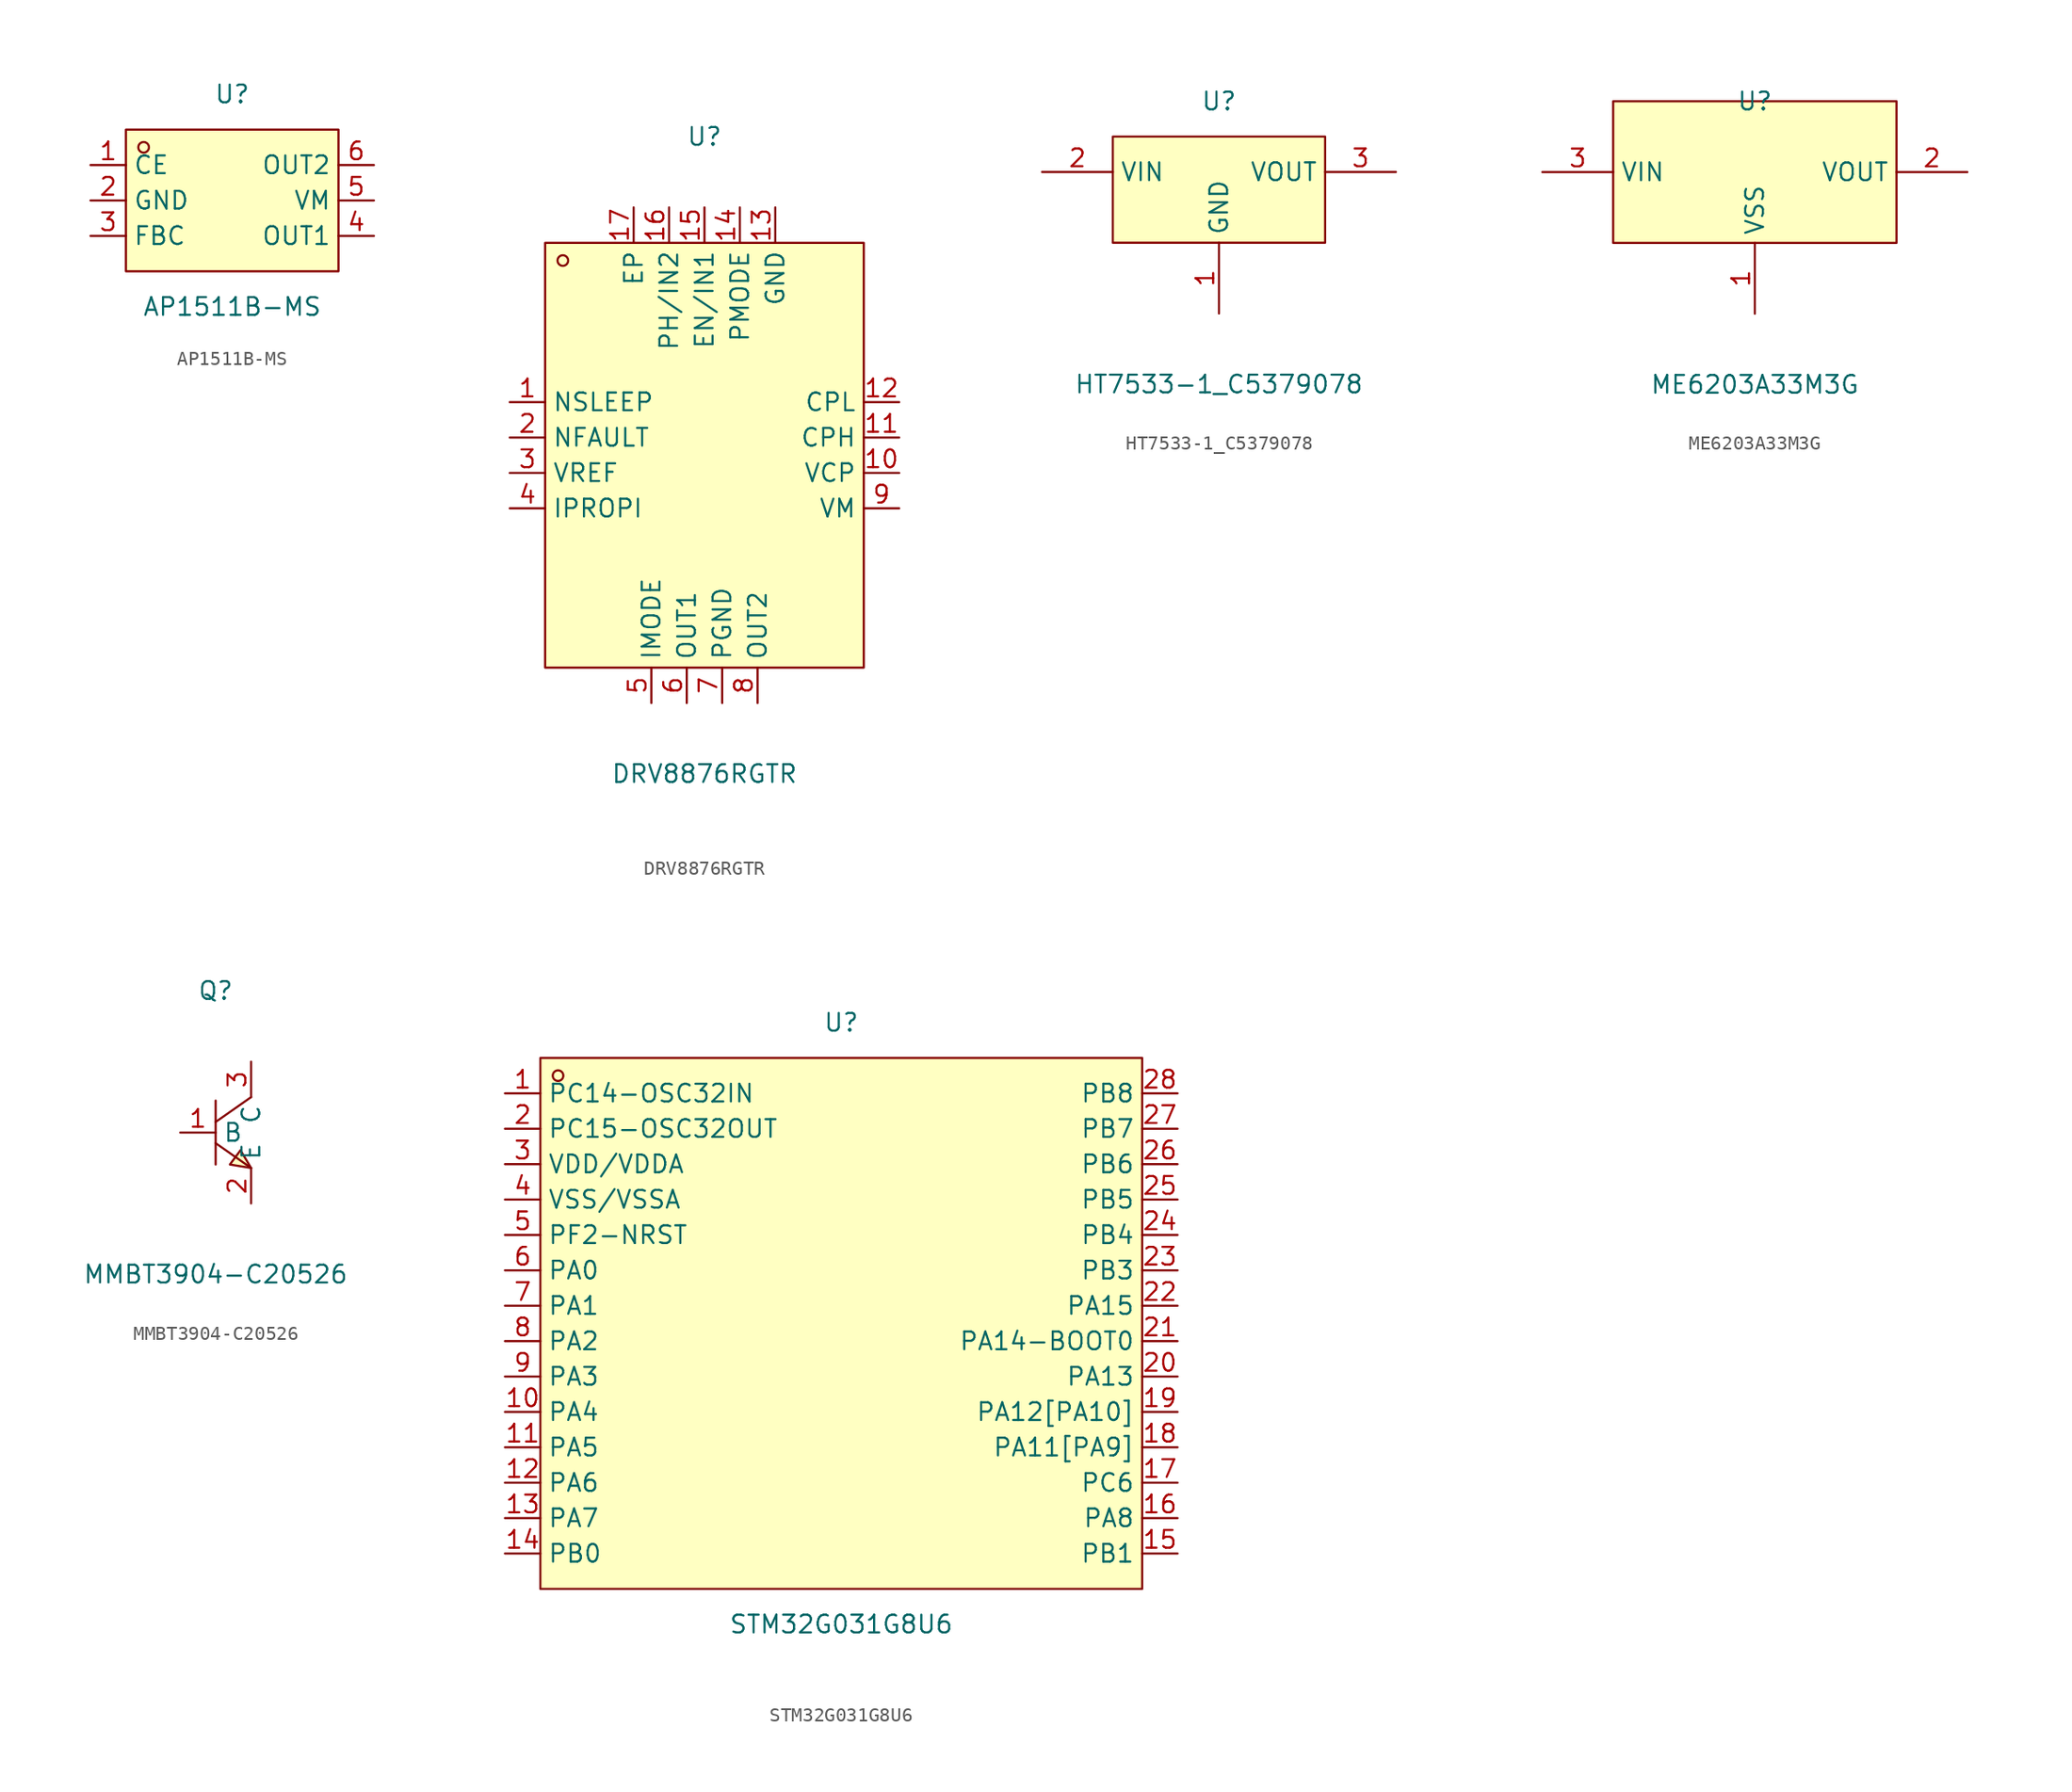
<source format=kicad_sym>
(kicad_symbol_lib
  (version 20211014)
  (generator https://github.com/uPesy/easyeda2kicad.py)
  (symbol "AP1511B-MS"
    (property "Reference" "U"
      (at 0 7.62 0)
      (effects (font (size 1.27 1.27))))
    (property "Value" "AP1511B-MS"
      (at 0 -7.62 0)
      (effects (font (size 1.27 1.27))))
    (symbol "AP1511B-MS_0_1"
      (rectangle (start -7.62 5.08) (end 7.62 -5.08) (stroke (width 0) (type default) (color 0 0 0 0)) (fill (type background)))
      (circle (center -6.35 3.81) (radius 0.38) (stroke (width 0) (type default) (color 0 0 0 0)) (fill (type none)))
      (pin unspecified line (at -10.16 2.54 0) (length 2.54) (name "CE" (effects (font (size 1.27 1.27)))) (number "1" (effects (font (size 1.27 1.27)))))
      (pin unspecified line (at -10.16 -0.00 0) (length 2.54) (name "GND" (effects (font (size 1.27 1.27)))) (number "2" (effects (font (size 1.27 1.27)))))
      (pin unspecified line (at -10.16 -2.54 0) (length 2.54) (name "FBC" (effects (font (size 1.27 1.27)))) (number "3" (effects (font (size 1.27 1.27)))))
      (pin unspecified line (at 10.16 -2.54 180) (length 2.54) (name "OUT1" (effects (font (size 1.27 1.27)))) (number "4" (effects (font (size 1.27 1.27)))))
      (pin unspecified line (at 10.16 -0.00 180) (length 2.54) (name "VM" (effects (font (size 1.27 1.27)))) (number "5" (effects (font (size 1.27 1.27)))))
      (pin unspecified line (at 10.16 2.54 180) (length 2.54) (name "OUT2" (effects (font (size 1.27 1.27)))) (number "6" (effects (font (size 1.27 1.27)))))))
  (symbol "DRV8876RGTR"
    (property "Reference" "U"
      (at 0 22.86 0)
      (effects (font (size 1.27 1.27))))
    (property "Value" "DRV8876RGTR"
      (at 0 -22.86 0)
      (effects (font (size 1.27 1.27))))
    (symbol "DRV8876RGTR_0_1"
      (rectangle (start -11.43 15.24) (end 11.43 -15.24) (stroke (width 0) (type default) (color 0 0 0 0)) (fill (type background)))
      (circle (center -10.16 13.97) (radius 0.38) (stroke (width 0) (type default) (color 0 0 0 0)) (fill (type none)))
      (pin unspecified line (at -13.97 3.81 0) (length 2.54) (name "NSLEEP" (effects (font (size 1.27 1.27)))) (number "1" (effects (font (size 1.27 1.27)))))
      (pin unspecified line (at -13.97 1.27 0) (length 2.54) (name "NFAULT" (effects (font (size 1.27 1.27)))) (number "2" (effects (font (size 1.27 1.27)))))
      (pin unspecified line (at -13.97 -1.27 0) (length 2.54) (name "VREF" (effects (font (size 1.27 1.27)))) (number "3" (effects (font (size 1.27 1.27)))))
      (pin unspecified line (at -13.97 -3.81 0) (length 2.54) (name "IPROPI" (effects (font (size 1.27 1.27)))) (number "4" (effects (font (size 1.27 1.27)))))
      (pin unspecified line (at -3.81 -17.78 90) (length 2.54) (name "IMODE" (effects (font (size 1.27 1.27)))) (number "5" (effects (font (size 1.27 1.27)))))
      (pin unspecified line (at -1.27 -17.78 90) (length 2.54) (name "OUT1" (effects (font (size 1.27 1.27)))) (number "6" (effects (font (size 1.27 1.27)))))
      (pin unspecified line (at 1.27 -17.78 90) (length 2.54) (name "PGND" (effects (font (size 1.27 1.27)))) (number "7" (effects (font (size 1.27 1.27)))))
      (pin unspecified line (at 3.81 -17.78 90) (length 2.54) (name "OUT2" (effects (font (size 1.27 1.27)))) (number "8" (effects (font (size 1.27 1.27)))))
      (pin unspecified line (at 13.97 -3.81 180) (length 2.54) (name "VM" (effects (font (size 1.27 1.27)))) (number "9" (effects (font (size 1.27 1.27)))))
      (pin unspecified line (at 13.97 -1.27 180) (length 2.54) (name "VCP" (effects (font (size 1.27 1.27)))) (number "10" (effects (font (size 1.27 1.27)))))
      (pin unspecified line (at 13.97 1.27 180) (length 2.54) (name "CPH" (effects (font (size 1.27 1.27)))) (number "11" (effects (font (size 1.27 1.27)))))
      (pin unspecified line (at 13.97 3.81 180) (length 2.54) (name "CPL" (effects (font (size 1.27 1.27)))) (number "12" (effects (font (size 1.27 1.27)))))
      (pin unspecified line (at 5.08 17.78 270) (length 2.54) (name "GND" (effects (font (size 1.27 1.27)))) (number "13" (effects (font (size 1.27 1.27)))))
      (pin unspecified line (at 2.54 17.78 270) (length 2.54) (name "PMODE" (effects (font (size 1.27 1.27)))) (number "14" (effects (font (size 1.27 1.27)))))
      (pin unspecified line (at 0.00 17.78 270) (length 2.54) (name "EN/IN1" (effects (font (size 1.27 1.27)))) (number "15" (effects (font (size 1.27 1.27)))))
      (pin unspecified line (at -2.54 17.78 270) (length 2.54) (name "PH/IN2" (effects (font (size 1.27 1.27)))) (number "16" (effects (font (size 1.27 1.27)))))
      (pin unspecified line (at -5.08 17.78 270) (length 2.54) (name "EP" (effects (font (size 1.27 1.27)))) (number "17" (effects (font (size 1.27 1.27)))))))
  (symbol "HT7533-1_C5379078"
    (property "Reference" "U"
      (at 0 10.16 0)
      (effects (font (size 1.27 1.27))))
    (property "Value" "HT7533-1_C5379078"
      (at 0 -10.16 0)
      (effects (font (size 1.27 1.27))))
    (symbol "HT7533-1_C5379078_0_1"
      (rectangle (start -7.62 7.62) (end 7.62 0.00) (stroke (width 0) (type default) (color 0 0 0 0)) (fill (type background)))
      (pin power_in line (at 12.70 5.08 180) (length 5.08) (name "VOUT" (effects (font (size 1.27 1.27)))) (number "3" (effects (font (size 1.27 1.27)))))
      (pin power_in line (at 0.00 -5.08 90) (length 5.08) (name "GND" (effects (font (size 1.27 1.27)))) (number "1" (effects (font (size 1.27 1.27)))))
      (pin power_in line (at -12.70 5.08 0) (length 5.08) (name "VIN" (effects (font (size 1.27 1.27)))) (number "2" (effects (font (size 1.27 1.27)))))))
  (symbol "ME6203A33M3G"
    (property "Reference" "U"
      (at 0 7.62 0)
      (effects (font (size 1.27 1.27))))
    (property "Value" "ME6203A33M3G"
      (at 0 -12.70 0)
      (effects (font (size 1.27 1.27))))
    (symbol "ME6203A33M3G_0_1"
      (rectangle (start -10.16 7.62) (end 10.16 -2.54) (stroke (width 0) (type default) (color 0 0 0 0)) (fill (type background)))
      (pin unspecified line (at 0.00 -7.62 90) (length 5.08) (name "VSS" (effects (font (size 1.27 1.27)))) (number "1" (effects (font (size 1.27 1.27)))))
      (pin unspecified line (at -15.24 2.54 0) (length 5.08) (name "VIN" (effects (font (size 1.27 1.27)))) (number "3" (effects (font (size 1.27 1.27)))))
      (pin unspecified line (at 15.24 2.54 180) (length 5.08) (name "VOUT" (effects (font (size 1.27 1.27)))) (number "2" (effects (font (size 1.27 1.27)))))))
  (symbol "MMBT3904-C20526"
    (property "Reference" "Q"
      (at 0 10.16 0)
      (effects (font (size 1.27 1.27))))
    (property "Value" "MMBT3904-C20526"
      (at 0 -10.16 0)
      (effects (font (size 1.27 1.27))))
    (symbol "MMBT3904-C20526_0_1"
      (polyline (pts (xy 2.54 2.54) (xy 0.00 0.76)) (stroke (width 0) (type default) (color 0 0 0 0)) (fill (type none)))
      (polyline (pts (xy 0.00 -0.76) (xy 2.54 -2.54)) (stroke (width 0) (type default) (color 0 0 0 0)) (fill (type none)))
      (polyline (pts (xy 0.00 2.29) (xy 0.00 -2.29)) (stroke (width 0) (type default) (color 0 0 0 0)) (fill (type none)))
      (polyline (pts (xy 2.54 -2.54) (xy 1.78 -1.27) (xy 1.02 -2.29) (xy 2.54 -2.54)) (stroke (width 0) (type default) (color 0 0 0 0)) (fill (type background)))
      (pin unspecified line (at 2.54 5.08 270) (length 2.54) (name "C" (effects (font (size 1.27 1.27)))) (number "3" (effects (font (size 1.27 1.27)))))
      (pin unspecified line (at -2.54 -0.00 0) (length 2.54) (name "B" (effects (font (size 1.27 1.27)))) (number "1" (effects (font (size 1.27 1.27)))))
      (pin unspecified line (at 2.54 -5.08 90) (length 2.54) (name "E" (effects (font (size 1.27 1.27)))) (number "2" (effects (font (size 1.27 1.27)))))))
  (symbol "STM32G031G8U6"
    (property "Reference" "U"
      (at 0 21.59 0)
      (effects (font (size 1.27 1.27))))
    (property "Value" "STM32G031G8U6"
      (at 0 -21.59 0)
      (effects (font (size 1.27 1.27))))
    (symbol "STM32G031G8U6_0_1"
      (rectangle (start -21.59 19.05) (end 21.59 -19.05) (stroke (width 0) (type default) (color 0 0 0 0)) (fill (type background)))
      (circle (center -20.32 17.78) (radius 0.38) (stroke (width 0) (type default) (color 0 0 0 0)) (fill (type none)))
      (pin unspecified line (at -24.13 16.51 0) (length 2.54) (name "PC14-OSC32IN" (effects (font (size 1.27 1.27)))) (number "1" (effects (font (size 1.27 1.27)))))
      (pin unspecified line (at -24.13 13.97 0) (length 2.54) (name "PC15-OSC32OUT" (effects (font (size 1.27 1.27)))) (number "2" (effects (font (size 1.27 1.27)))))
      (pin unspecified line (at -24.13 11.43 0) (length 2.54) (name "VDD/VDDA" (effects (font (size 1.27 1.27)))) (number "3" (effects (font (size 1.27 1.27)))))
      (pin unspecified line (at -24.13 8.89 0) (length 2.54) (name "VSS/VSSA" (effects (font (size 1.27 1.27)))) (number "4" (effects (font (size 1.27 1.27)))))
      (pin unspecified line (at -24.13 6.35 0) (length 2.54) (name "PF2-NRST" (effects (font (size 1.27 1.27)))) (number "5" (effects (font (size 1.27 1.27)))))
      (pin unspecified line (at -24.13 3.81 0) (length 2.54) (name "PA0" (effects (font (size 1.27 1.27)))) (number "6" (effects (font (size 1.27 1.27)))))
      (pin unspecified line (at -24.13 1.27 0) (length 2.54) (name "PA1" (effects (font (size 1.27 1.27)))) (number "7" (effects (font (size 1.27 1.27)))))
      (pin unspecified line (at -24.13 -1.27 0) (length 2.54) (name "PA2" (effects (font (size 1.27 1.27)))) (number "8" (effects (font (size 1.27 1.27)))))
      (pin unspecified line (at -24.13 -3.81 0) (length 2.54) (name "PA3" (effects (font (size 1.27 1.27)))) (number "9" (effects (font (size 1.27 1.27)))))
      (pin unspecified line (at -24.13 -6.35 0) (length 2.54) (name "PA4" (effects (font (size 1.27 1.27)))) (number "10" (effects (font (size 1.27 1.27)))))
      (pin unspecified line (at -24.13 -8.89 0) (length 2.54) (name "PA5" (effects (font (size 1.27 1.27)))) (number "11" (effects (font (size 1.27 1.27)))))
      (pin unspecified line (at -24.13 -11.43 0) (length 2.54) (name "PA6" (effects (font (size 1.27 1.27)))) (number "12" (effects (font (size 1.27 1.27)))))
      (pin unspecified line (at -24.13 -13.97 0) (length 2.54) (name "PA7" (effects (font (size 1.27 1.27)))) (number "13" (effects (font (size 1.27 1.27)))))
      (pin unspecified line (at -24.13 -16.51 0) (length 2.54) (name "PB0" (effects (font (size 1.27 1.27)))) (number "14" (effects (font (size 1.27 1.27)))))
      (pin unspecified line (at 24.13 -16.51 180) (length 2.54) (name "PB1" (effects (font (size 1.27 1.27)))) (number "15" (effects (font (size 1.27 1.27)))))
      (pin unspecified line (at 24.13 -13.97 180) (length 2.54) (name "PA8" (effects (font (size 1.27 1.27)))) (number "16" (effects (font (size 1.27 1.27)))))
      (pin unspecified line (at 24.13 -11.43 180) (length 2.54) (name "PC6" (effects (font (size 1.27 1.27)))) (number "17" (effects (font (size 1.27 1.27)))))
      (pin unspecified line (at 24.13 -8.89 180) (length 2.54) (name "PA11[PA9]" (effects (font (size 1.27 1.27)))) (number "18" (effects (font (size 1.27 1.27)))))
      (pin unspecified line (at 24.13 -6.35 180) (length 2.54) (name "PA12[PA10]" (effects (font (size 1.27 1.27)))) (number "19" (effects (font (size 1.27 1.27)))))
      (pin unspecified line (at 24.13 -3.81 180) (length 2.54) (name "PA13" (effects (font (size 1.27 1.27)))) (number "20" (effects (font (size 1.27 1.27)))))
      (pin unspecified line (at 24.13 -1.27 180) (length 2.54) (name "PA14-BOOT0" (effects (font (size 1.27 1.27)))) (number "21" (effects (font (size 1.27 1.27)))))
      (pin unspecified line (at 24.13 1.27 180) (length 2.54) (name "PA15" (effects (font (size 1.27 1.27)))) (number "22" (effects (font (size 1.27 1.27)))))
      (pin unspecified line (at 24.13 3.81 180) (length 2.54) (name "PB3" (effects (font (size 1.27 1.27)))) (number "23" (effects (font (size 1.27 1.27)))))
      (pin unspecified line (at 24.13 6.35 180) (length 2.54) (name "PB4" (effects (font (size 1.27 1.27)))) (number "24" (effects (font (size 1.27 1.27)))))
      (pin unspecified line (at 24.13 8.89 180) (length 2.54) (name "PB5" (effects (font (size 1.27 1.27)))) (number "25" (effects (font (size 1.27 1.27)))))
      (pin unspecified line (at 24.13 11.43 180) (length 2.54) (name "PB6" (effects (font (size 1.27 1.27)))) (number "26" (effects (font (size 1.27 1.27)))))
      (pin unspecified line (at 24.13 13.97 180) (length 2.54) (name "PB7" (effects (font (size 1.27 1.27)))) (number "27" (effects (font (size 1.27 1.27)))))
      (pin unspecified line (at 24.13 16.51 180) (length 2.54) (name "PB8" (effects (font (size 1.27 1.27)))) (number "28" (effects (font (size 1.27 1.27))))))))
</source>
